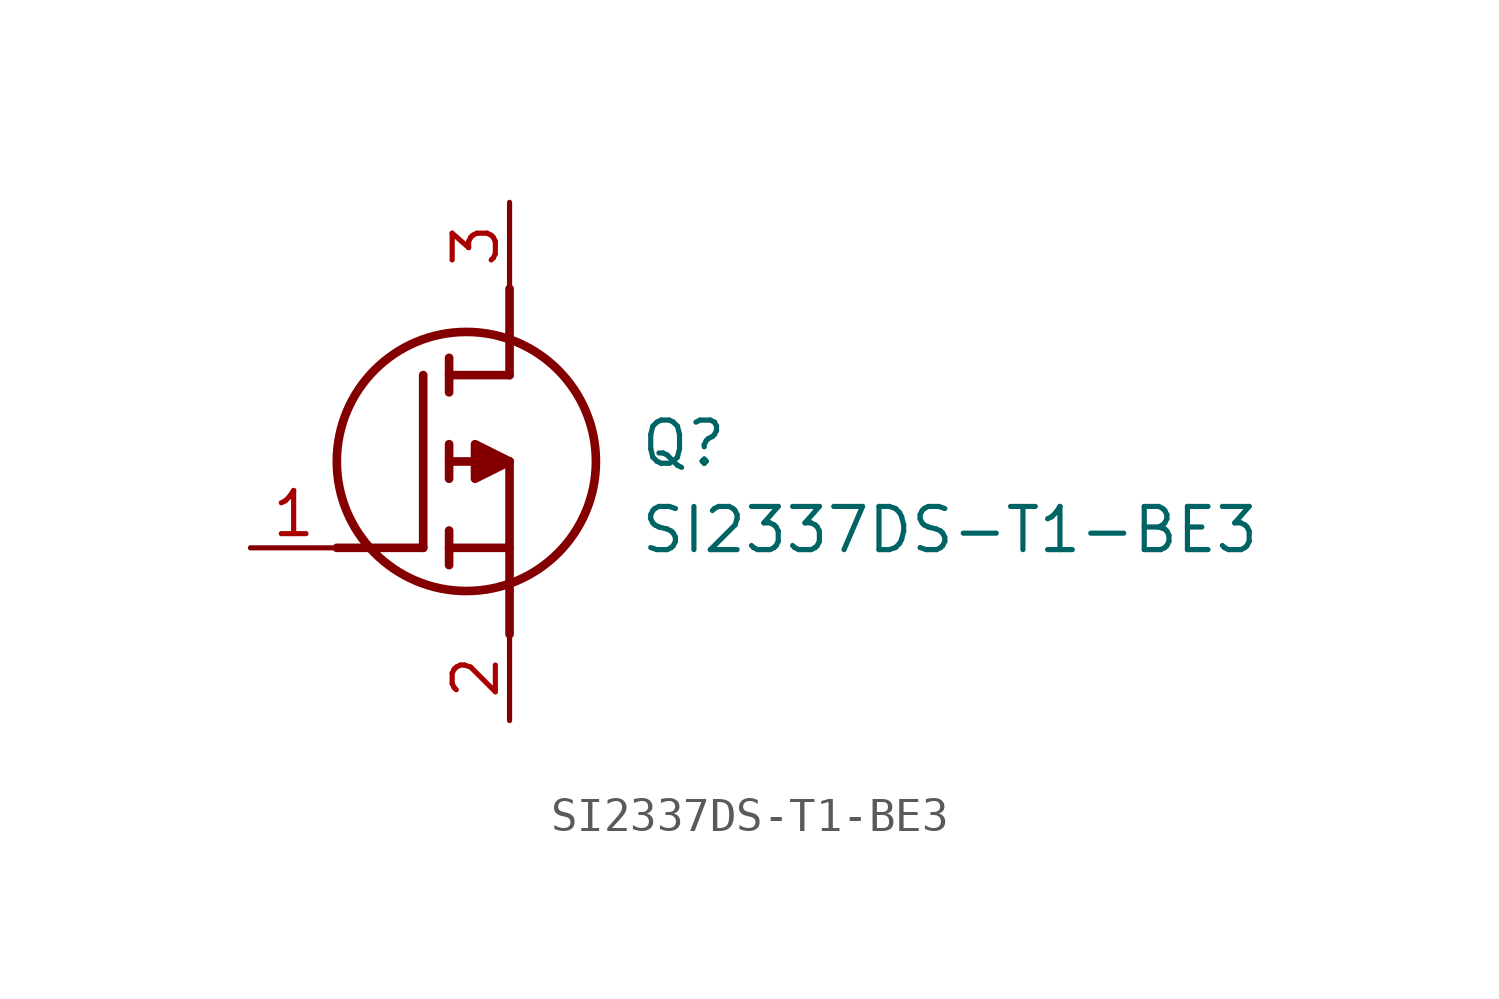
<source format=kicad_sym>
(kicad_symbol_lib
  (version 20211014)
  (generator SamacSys_ECAD_Model)
  (symbol "SI2337DS-T1-BE3"
    (pin_names hide)
    (property "Reference" "Q"
      (at 11.43 3.81 0)
      (effects (font (size 1.27 1.27)) (justify left top)))
    (property "Value" "SI2337DS-T1-BE3"
      (at 11.43 1.27 0)
      (effects (font (size 1.27 1.27)) (justify left top)))
    (polyline
      (pts (xy 7.62 2.54) (xy 7.62 -2.54))
      (stroke (width 0.254) (type default))
      (fill (type none)))
    (polyline
      (pts (xy 7.62 5.08) (xy 7.62 7.62))
      (stroke (width 0.254) (type default))
      (fill (type none)))
    (polyline
      (pts (xy 2.54 0) (xy 5.08 0))
      (stroke (width 0.254) (type default))
      (fill (type none)))
    (polyline
      (pts (xy 5.08 5.08) (xy 5.08 0))
      (stroke (width 0.254) (type default))
      (fill (type none)))
    (polyline
      (pts (xy 7.62 2.54) (xy 5.842 2.54))
      (stroke (width 0.254) (type default))
      (fill (type none)))
    (polyline
      (pts (xy 7.62 5.08) (xy 5.842 5.08))
      (stroke (width 0.254) (type default))
      (fill (type none)))
    (polyline
      (pts (xy 5.842 0) (xy 7.62 0))
      (stroke (width 0.254) (type default))
      (fill (type none)))
    (polyline
      (pts (xy 5.842 5.588) (xy 5.842 4.572))
      (stroke (width 0.254) (type default))
      (fill (type none)))
    (polyline
      (pts (xy 5.842 -0.508) (xy 5.842 0.508))
      (stroke (width 0.254) (type default))
      (fill (type none)))
    (polyline
      (pts (xy 5.842 2.032) (xy 5.842 3.048))
      (stroke (width 0.254) (type default))
      (fill (type none)))
    (circle
      (center 6.35 2.54)
      (radius 3.81)
      (stroke (width 0.254) (type default))
      (fill (type none)))
    (polyline
      (pts (xy 7.62 2.54) (xy 6.604 3.048) (xy 6.604 2.032) (xy 7.62 2.54))
      (stroke (width 0.254) (type default))
      (fill (type outline)))
    (pin passive line
      (at 0 0 0)
      (length 2.54)
      (name "G" (effects (font (size 1.27 1.27))))
      (number "1" (effects (font (size 1.27 1.27)))))
    (pin passive line
      (at 7.62 10.16 270)
      (length 2.54)
      (name "D" (effects (font (size 1.27 1.27))))
      (number "3" (effects (font (size 1.27 1.27)))))
    (pin passive line
      (at 7.62 -5.08 90)
      (length 2.54)
      (name "S" (effects (font (size 1.27 1.27))))
      (number "2" (effects (font (size 1.27 1.27)))))))
</source>
